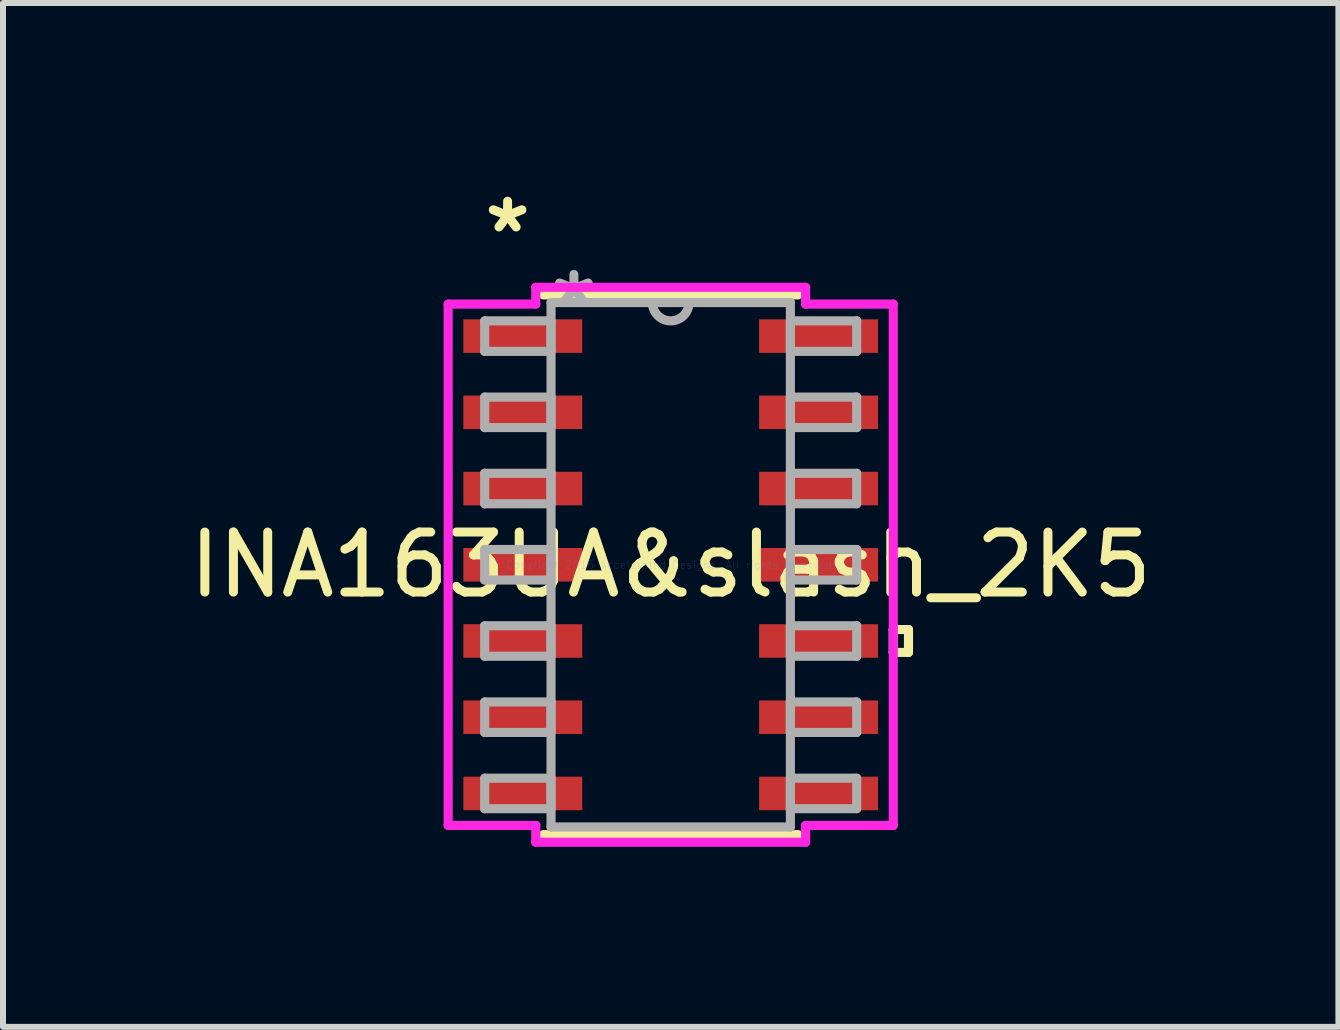
<source format=kicad_pcb>
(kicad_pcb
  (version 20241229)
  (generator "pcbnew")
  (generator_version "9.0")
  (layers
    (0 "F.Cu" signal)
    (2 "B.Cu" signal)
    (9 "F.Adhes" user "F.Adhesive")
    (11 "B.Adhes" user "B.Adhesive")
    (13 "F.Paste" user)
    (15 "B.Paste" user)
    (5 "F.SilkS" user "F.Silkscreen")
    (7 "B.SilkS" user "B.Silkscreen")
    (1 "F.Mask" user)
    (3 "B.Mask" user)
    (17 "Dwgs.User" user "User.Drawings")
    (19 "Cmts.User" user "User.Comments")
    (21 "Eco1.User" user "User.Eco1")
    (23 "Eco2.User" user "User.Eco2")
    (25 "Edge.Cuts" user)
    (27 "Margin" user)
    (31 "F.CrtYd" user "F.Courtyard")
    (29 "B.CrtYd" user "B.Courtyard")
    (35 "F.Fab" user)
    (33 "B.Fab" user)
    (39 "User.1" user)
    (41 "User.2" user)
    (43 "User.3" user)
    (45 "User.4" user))
  (footprint "INA163UA&slash_2K5"
    (layer "F.Cu")
    (at 8.125 6.36)
    (property "Reference" "INA163UA&slash_2K5" (at 0 0 0) (layer "F.SilkS") (effects (font (size 1 1) (thickness 0.15))))
    (attr through_hole)
    (fp_line (start -2.121 4.496) (end 2.121 4.496) (stroke (width 0.152) (type solid)) (layer "F.SilkS"))
    (fp_line (start 2.121 -4.496) (end -2.121 -4.496) (stroke (width 0.152) (type solid)) (layer "F.SilkS"))
    (fp_line (start 3.708 1.079) (end 3.962 1.079) (stroke (width 0.152) (type solid)) (layer "F.SilkS"))
    (fp_line (start 3.708 1.46) (end 3.708 1.079) (stroke (width 0.152) (type solid)) (layer "F.SilkS"))
    (fp_line (start 3.962 1.079) (end 3.962 1.46) (stroke (width 0.152) (type solid)) (layer "F.SilkS"))
    (fp_line (start 3.962 1.46) (end 3.708 1.46) (stroke (width 0.152) (type solid)) (layer "F.SilkS"))
    (fp_line (start -3.708 -4.343) (end -2.248 -4.343) (stroke (width 0.152) (type solid)) (layer "F.CrtYd"))
    (fp_line (start -3.708 4.343) (end -3.708 -4.343) (stroke (width 0.152) (type solid)) (layer "F.CrtYd"))
    (fp_line (start -2.248 -4.623) (end 2.248 -4.623) (stroke (width 0.152) (type solid)) (layer "F.CrtYd"))
    (fp_line (start -2.248 -4.343) (end -2.248 -4.623) (stroke (width 0.152) (type solid)) (layer "F.CrtYd"))
    (fp_line (start -2.248 4.343) (end -3.708 4.343) (stroke (width 0.152) (type solid)) (layer "F.CrtYd"))
    (fp_line (start -2.248 4.623) (end -2.248 4.343) (stroke (width 0.152) (type solid)) (layer "F.CrtYd"))
    (fp_line (start 2.248 -4.623) (end 2.248 -4.343) (stroke (width 0.152) (type solid)) (layer "F.CrtYd"))
    (fp_line (start 2.248 -4.343) (end 3.708 -4.343) (stroke (width 0.152) (type solid)) (layer "F.CrtYd"))
    (fp_line (start 2.248 4.343) (end 2.248 4.623) (stroke (width 0.152) (type solid)) (layer "F.CrtYd"))
    (fp_line (start 2.248 4.623) (end -2.248 4.623) (stroke (width 0.152) (type solid)) (layer "F.CrtYd"))
    (fp_line (start 3.708 -4.343) (end 3.708 4.343) (stroke (width 0.152) (type solid)) (layer "F.CrtYd"))
    (fp_line (start 3.708 4.343) (end 2.248 4.343) (stroke (width 0.152) (type solid)) (layer "F.CrtYd"))
    (fp_line (start -3.099 -4.064) (end -3.099 -3.556) (stroke (width 0.152) (type solid)) (layer "F.Fab"))
    (fp_line (start -3.099 -3.556) (end -1.994 -3.556) (stroke (width 0.152) (type solid)) (layer "F.Fab"))
    (fp_line (start -3.099 -2.794) (end -3.099 -2.286) (stroke (width 0.152) (type solid)) (layer "F.Fab"))
    (fp_line (start -3.099 -2.286) (end -1.994 -2.286) (stroke (width 0.152) (type solid)) (layer "F.Fab"))
    (fp_line (start -3.099 -1.524) (end -3.099 -1.016) (stroke (width 0.152) (type solid)) (layer "F.Fab"))
    (fp_line (start -3.099 -1.016) (end -1.994 -1.016) (stroke (width 0.152) (type solid)) (layer "F.Fab"))
    (fp_line (start -3.099 -0.254) (end -3.099 0.254) (stroke (width 0.152) (type solid)) (layer "F.Fab"))
    (fp_line (start -3.099 0.254) (end -1.994 0.254) (stroke (width 0.152) (type solid)) (layer "F.Fab"))
    (fp_line (start -3.099 1.016) (end -3.099 1.524) (stroke (width 0.152) (type solid)) (layer "F.Fab"))
    (fp_line (start -3.099 1.524) (end -1.994 1.524) (stroke (width 0.152) (type solid)) (layer "F.Fab"))
    (fp_line (start -3.099 2.286) (end -3.099 2.794) (stroke (width 0.152) (type solid)) (layer "F.Fab"))
    (fp_line (start -3.099 2.794) (end -1.994 2.794) (stroke (width 0.152) (type solid)) (layer "F.Fab"))
    (fp_line (start -3.099 3.556) (end -3.099 4.064) (stroke (width 0.152) (type solid)) (layer "F.Fab"))
    (fp_line (start -3.099 4.064) (end -1.994 4.064) (stroke (width 0.152) (type solid)) (layer "F.Fab"))
    (fp_line (start -1.994 -4.369) (end -1.994 4.369) (stroke (width 0.152) (type solid)) (layer "F.Fab"))
    (fp_line (start -1.994 -4.064) (end -3.099 -4.064) (stroke (width 0.152) (type solid)) (layer "F.Fab"))
    (fp_line (start -1.994 -3.556) (end -1.994 -4.064) (stroke (width 0.152) (type solid)) (layer "F.Fab"))
    (fp_line (start -1.994 -2.794) (end -3.099 -2.794) (stroke (width 0.152) (type solid)) (layer "F.Fab"))
    (fp_line (start -1.994 -2.286) (end -1.994 -2.794) (stroke (width 0.152) (type solid)) (layer "F.Fab"))
    (fp_line (start -1.994 -1.524) (end -3.099 -1.524) (stroke (width 0.152) (type solid)) (layer "F.Fab"))
    (fp_line (start -1.994 -1.016) (end -1.994 -1.524) (stroke (width 0.152) (type solid)) (layer "F.Fab"))
    (fp_line (start -1.994 -0.254) (end -3.099 -0.254) (stroke (width 0.152) (type solid)) (layer "F.Fab"))
    (fp_line (start -1.994 0.254) (end -1.994 -0.254) (stroke (width 0.152) (type solid)) (layer "F.Fab"))
    (fp_line (start -1.994 1.016) (end -3.099 1.016) (stroke (width 0.152) (type solid)) (layer "F.Fab"))
    (fp_line (start -1.994 1.524) (end -1.994 1.016) (stroke (width 0.152) (type solid)) (layer "F.Fab"))
    (fp_line (start -1.994 2.286) (end -3.099 2.286) (stroke (width 0.152) (type solid)) (layer "F.Fab"))
    (fp_line (start -1.994 2.794) (end -1.994 2.286) (stroke (width 0.152) (type solid)) (layer "F.Fab"))
    (fp_line (start -1.994 3.556) (end -3.099 3.556) (stroke (width 0.152) (type solid)) (layer "F.Fab"))
    (fp_line (start -1.994 4.064) (end -1.994 3.556) (stroke (width 0.152) (type solid)) (layer "F.Fab"))
    (fp_line (start -1.994 4.369) (end 1.994 4.369) (stroke (width 0.152) (type solid)) (layer "F.Fab"))
    (fp_line (start 1.994 -4.369) (end -1.994 -4.369) (stroke (width 0.152) (type solid)) (layer "F.Fab"))
    (fp_line (start 1.994 -4.064) (end 1.994 -3.556) (stroke (width 0.152) (type solid)) (layer "F.Fab"))
    (fp_line (start 1.994 -3.556) (end 3.099 -3.556) (stroke (width 0.152) (type solid)) (layer "F.Fab"))
    (fp_line (start 1.994 -2.794) (end 1.994 -2.286) (stroke (width 0.152) (type solid)) (layer "F.Fab"))
    (fp_line (start 1.994 -2.286) (end 3.099 -2.286) (stroke (width 0.152) (type solid)) (layer "F.Fab"))
    (fp_line (start 1.994 -1.524) (end 1.994 -1.016) (stroke (width 0.152) (type solid)) (layer "F.Fab"))
    (fp_line (start 1.994 -1.016) (end 3.099 -1.016) (stroke (width 0.152) (type solid)) (layer "F.Fab"))
    (fp_line (start 1.994 -0.254) (end 1.994 0.254) (stroke (width 0.152) (type solid)) (layer "F.Fab"))
    (fp_line (start 1.994 0.254) (end 3.099 0.254) (stroke (width 0.152) (type solid)) (layer "F.Fab"))
    (fp_line (start 1.994 1.016) (end 1.994 1.524) (stroke (width 0.152) (type solid)) (layer "F.Fab"))
    (fp_line (start 1.994 1.524) (end 3.099 1.524) (stroke (width 0.152) (type solid)) (layer "F.Fab"))
    (fp_line (start 1.994 2.286) (end 1.994 2.794) (stroke (width 0.152) (type solid)) (layer "F.Fab"))
    (fp_line (start 1.994 2.794) (end 3.099 2.794) (stroke (width 0.152) (type solid)) (layer "F.Fab"))
    (fp_line (start 1.994 3.556) (end 1.994 4.064) (stroke (width 0.152) (type solid)) (layer "F.Fab"))
    (fp_line (start 1.994 4.064) (end 3.099 4.064) (stroke (width 0.152) (type solid)) (layer "F.Fab"))
    (fp_line (start 1.994 4.369) (end 1.994 -4.369) (stroke (width 0.152) (type solid)) (layer "F.Fab"))
    (fp_line (start 3.099 -4.064) (end 1.994 -4.064) (stroke (width 0.152) (type solid)) (layer "F.Fab"))
    (fp_line (start 3.099 -3.556) (end 3.099 -4.064) (stroke (width 0.152) (type solid)) (layer "F.Fab"))
    (fp_line (start 3.099 -2.794) (end 1.994 -2.794) (stroke (width 0.152) (type solid)) (layer "F.Fab"))
    (fp_line (start 3.099 -2.286) (end 3.099 -2.794) (stroke (width 0.152) (type solid)) (layer "F.Fab"))
    (fp_line (start 3.099 -1.524) (end 1.994 -1.524) (stroke (width 0.152) (type solid)) (layer "F.Fab"))
    (fp_line (start 3.099 -1.016) (end 3.099 -1.524) (stroke (width 0.152) (type solid)) (layer "F.Fab"))
    (fp_line (start 3.099 -0.254) (end 1.994 -0.254) (stroke (width 0.152) (type solid)) (layer "F.Fab"))
    (fp_line (start 3.099 0.254) (end 3.099 -0.254) (stroke (width 0.152) (type solid)) (layer "F.Fab"))
    (fp_line (start 3.099 1.016) (end 1.994 1.016) (stroke (width 0.152) (type solid)) (layer "F.Fab"))
    (fp_line (start 3.099 1.524) (end 3.099 1.016) (stroke (width 0.152) (type solid)) (layer "F.Fab"))
    (fp_line (start 3.099 2.286) (end 1.994 2.286) (stroke (width 0.152) (type solid)) (layer "F.Fab"))
    (fp_line (start 3.099 2.794) (end 3.099 2.286) (stroke (width 0.152) (type solid)) (layer "F.Fab"))
    (fp_line (start 3.099 3.556) (end 1.994 3.556) (stroke (width 0.152) (type solid)) (layer "F.Fab"))
    (fp_line (start 3.099 4.064) (end 3.099 3.556) (stroke (width 0.152) (type solid)) (layer "F.Fab"))
    (fp_arc (start 0.3048 -4.3688) (mid 0 -4.064) (end -0.3048 -4.3688) (stroke (width 0.1524) (type solid)) (layer "F.Fab"))
    (fp_text user "*" (at -2.718 -5.512 0) (layer "F.SilkS") (effects (font (size 1 1) (thickness 0.15))))
    (fp_text user "Copyright 2016 Accelerated Designs. All rights reserved." (at 0 0 0) (layer "Cmts.User") (effects (font (size 0.127 0.127) (thickness 0.002))))
    (fp_text user "*" (at -1.613 -4.293 0) (layer "F.Fab") (effects (font (size 1 1) (thickness 0.15))))
    (pad "1" smd rect (at -2.464 -3.81) (size 1.981 0.559) (layers "F.Cu" "F.Mask" "F.Paste"))
    (pad "2" smd rect (at -2.464 -2.54) (size 1.981 0.559) (layers "F.Cu" "F.Mask" "F.Paste"))
    (pad "3" smd rect (at -2.464 -1.27) (size 1.981 0.559) (layers "F.Cu" "F.Mask" "F.Paste"))
    (pad "4" smd rect (at -2.464 0) (size 1.981 0.559) (layers "F.Cu" "F.Mask" "F.Paste"))
    (pad "5" smd rect (at -2.464 1.27) (size 1.981 0.559) (layers "F.Cu" "F.Mask" "F.Paste"))
    (pad "6" smd rect (at -2.464 2.54) (size 1.981 0.559) (layers "F.Cu" "F.Mask" "F.Paste"))
    (pad "7" smd rect (at -2.464 3.81) (size 1.981 0.559) (layers "F.Cu" "F.Mask" "F.Paste"))
    (pad "8" smd rect (at 2.464 3.81) (size 1.981 0.559) (layers "F.Cu" "F.Mask" "F.Paste"))
    (pad "9" smd rect (at 2.464 2.54) (size 1.981 0.559) (layers "F.Cu" "F.Mask" "F.Paste"))
    (pad "10" smd rect (at 2.464 1.27) (size 1.981 0.559) (layers "F.Cu" "F.Mask" "F.Paste"))
    (pad "11" smd rect (at 2.464 0) (size 1.981 0.559) (layers "F.Cu" "F.Mask" "F.Paste"))
    (pad "12" smd rect (at 2.464 -1.27) (size 1.981 0.559) (layers "F.Cu" "F.Mask" "F.Paste"))
    (pad "13" smd rect (at 2.464 -2.54) (size 1.981 0.559) (layers "F.Cu" "F.Mask" "F.Paste"))
    (pad "14" smd rect (at 2.464 -3.81) (size 1.981 0.559) (layers "F.Cu" "F.Mask" "F.Paste")))
  (gr_rect
    (start -3 -3)
    (end 19.25 14.059)
    (stroke (width 0.1) (type default))
    (fill no)
    (layer "Edge.Cuts")))
</source>
